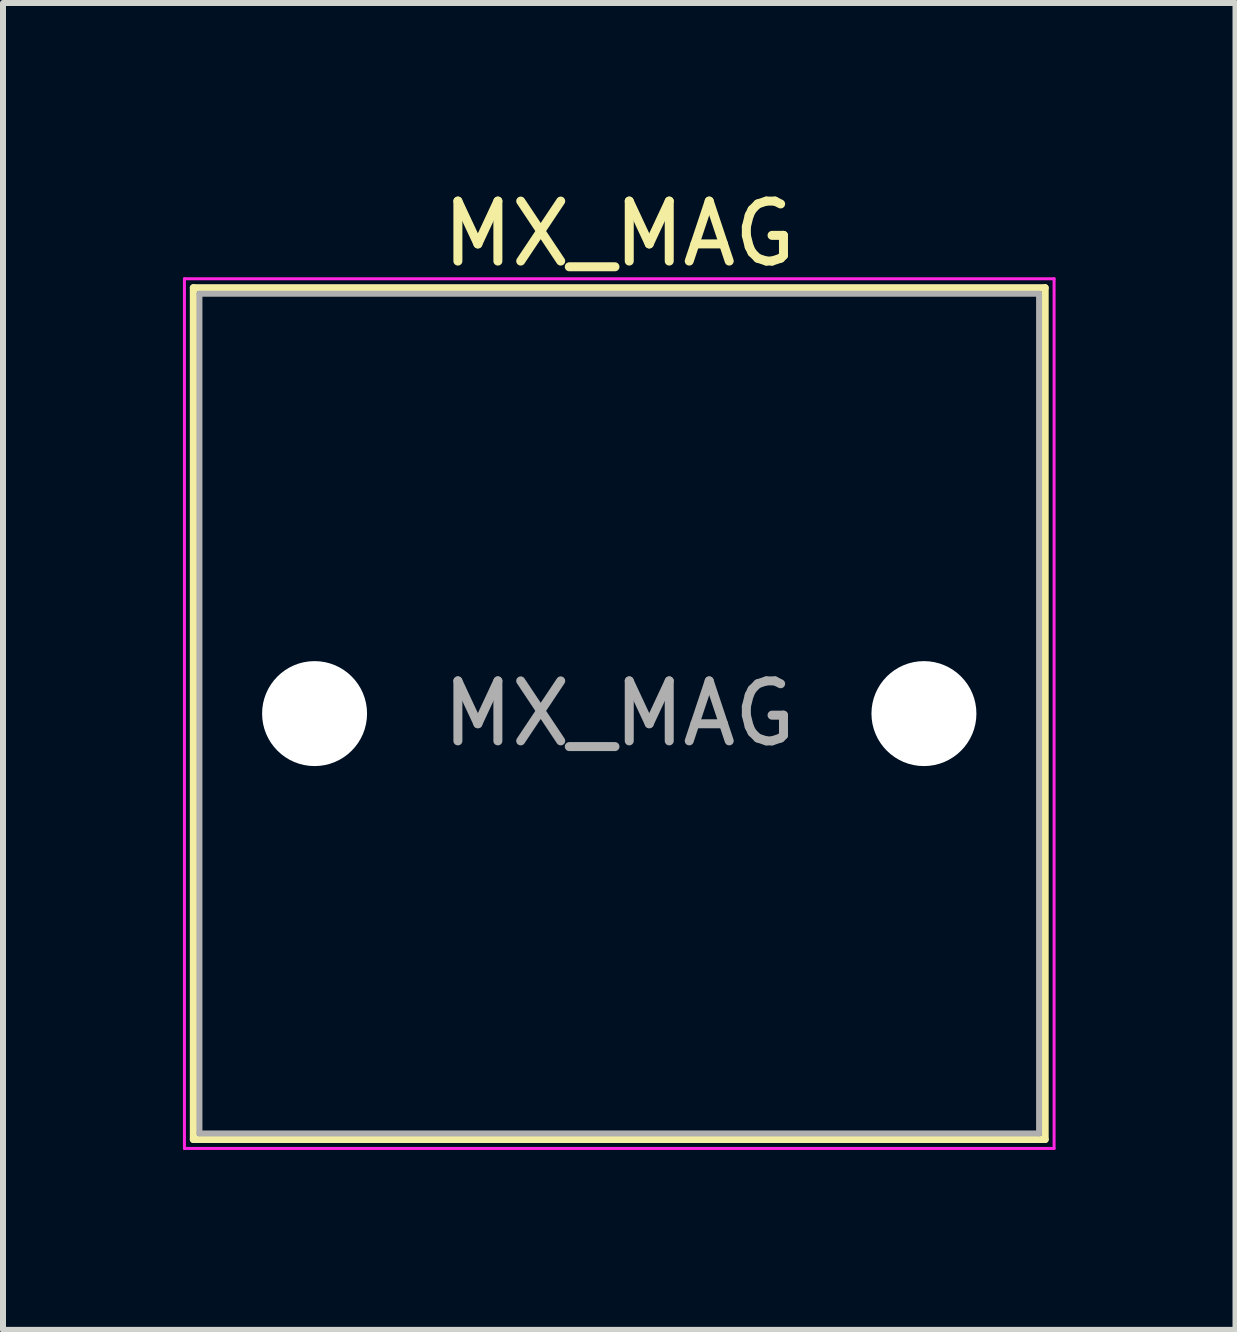
<source format=kicad_pcb>
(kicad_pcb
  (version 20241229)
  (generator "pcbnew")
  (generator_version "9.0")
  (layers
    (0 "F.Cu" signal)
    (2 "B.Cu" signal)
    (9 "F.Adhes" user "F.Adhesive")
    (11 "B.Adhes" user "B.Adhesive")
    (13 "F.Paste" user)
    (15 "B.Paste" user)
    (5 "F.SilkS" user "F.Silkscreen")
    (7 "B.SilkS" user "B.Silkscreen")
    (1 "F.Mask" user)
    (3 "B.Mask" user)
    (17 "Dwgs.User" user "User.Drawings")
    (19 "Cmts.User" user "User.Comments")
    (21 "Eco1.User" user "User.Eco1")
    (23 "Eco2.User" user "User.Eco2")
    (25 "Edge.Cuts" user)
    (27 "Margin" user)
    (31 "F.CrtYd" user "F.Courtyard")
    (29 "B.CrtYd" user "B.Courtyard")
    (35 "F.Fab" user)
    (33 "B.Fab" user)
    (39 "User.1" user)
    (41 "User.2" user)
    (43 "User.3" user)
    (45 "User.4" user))
  (footprint "MX_MAG"
    (layer "F.Cu")
    (at 7.275 8.848)
    (property "Reference" "MX_MAG" (at 0 -8 0) (layer "F.SilkS") (effects (font (size 1 1) (thickness 0.15))))
    (attr through_hole)
    (fp_line (start -7.1 -7.1) (end -7.1 7.1) (stroke (width 0.12) (type solid)) (layer "F.SilkS"))
    (fp_line (start -7.1 7.1) (end 7.1 7.1) (stroke (width 0.12) (type solid)) (layer "F.SilkS"))
    (fp_line (start 7.1 -7.1) (end -7.1 -7.1) (stroke (width 0.12) (type solid)) (layer "F.SilkS"))
    (fp_line (start 7.1 7.1) (end 7.1 -7.1) (stroke (width 0.12) (type solid)) (layer "F.SilkS"))
    (fp_line (start -7 -7) (end -7 7) (stroke (width 0.1) (type solid)) (layer "Eco1.User"))
    (fp_line (start -7 7) (end 7 7) (stroke (width 0.1) (type solid)) (layer "Eco1.User"))
    (fp_line (start 7 -7) (end -7 -7) (stroke (width 0.1) (type solid)) (layer "Eco1.User"))
    (fp_line (start 7 7) (end 7 -7) (stroke (width 0.1) (type solid)) (layer "Eco1.User"))
    (fp_line (start -7.25 -7.25) (end -7.25 7.25) (stroke (width 0.05) (type solid)) (layer "F.CrtYd"))
    (fp_line (start -7.25 7.25) (end 7.25 7.25) (stroke (width 0.05) (type solid)) (layer "F.CrtYd"))
    (fp_line (start 7.25 -7.25) (end -7.25 -7.25) (stroke (width 0.05) (type solid)) (layer "F.CrtYd"))
    (fp_line (start 7.25 7.25) (end 7.25 -7.25) (stroke (width 0.05) (type solid)) (layer "F.CrtYd"))
    (fp_line (start -7 -7) (end -7 7) (stroke (width 0.1) (type solid)) (layer "F.Fab"))
    (fp_line (start -7 7) (end 7 7) (stroke (width 0.1) (type solid)) (layer "F.Fab"))
    (fp_line (start 7 -7) (end -7 -7) (stroke (width 0.1) (type solid)) (layer "F.Fab"))
    (fp_line (start 7 7) (end 7 -7) (stroke (width 0.1) (type solid)) (layer "F.Fab"))
    (fp_text user "${REFERENCE}" (at 0 0 0) (layer "F.Fab") (effects (font (size 1 1) (thickness 0.15))))
    (pad "" np_thru_hole circle (at -5.08 0) (size 1.75 1.75) (drill 1.75) (layers "*.Cu" "*.Mask"))
    (pad "" np_thru_hole circle (at 5.08 0) (size 1.75 1.75) (drill 1.75) (layers "*.Cu" "*.Mask")))
  (gr_rect
    (start -3 -3)
    (end 17.55 19.123)
    (stroke (width 0.1) (type default))
    (fill no)
    (layer "Edge.Cuts")))
</source>
